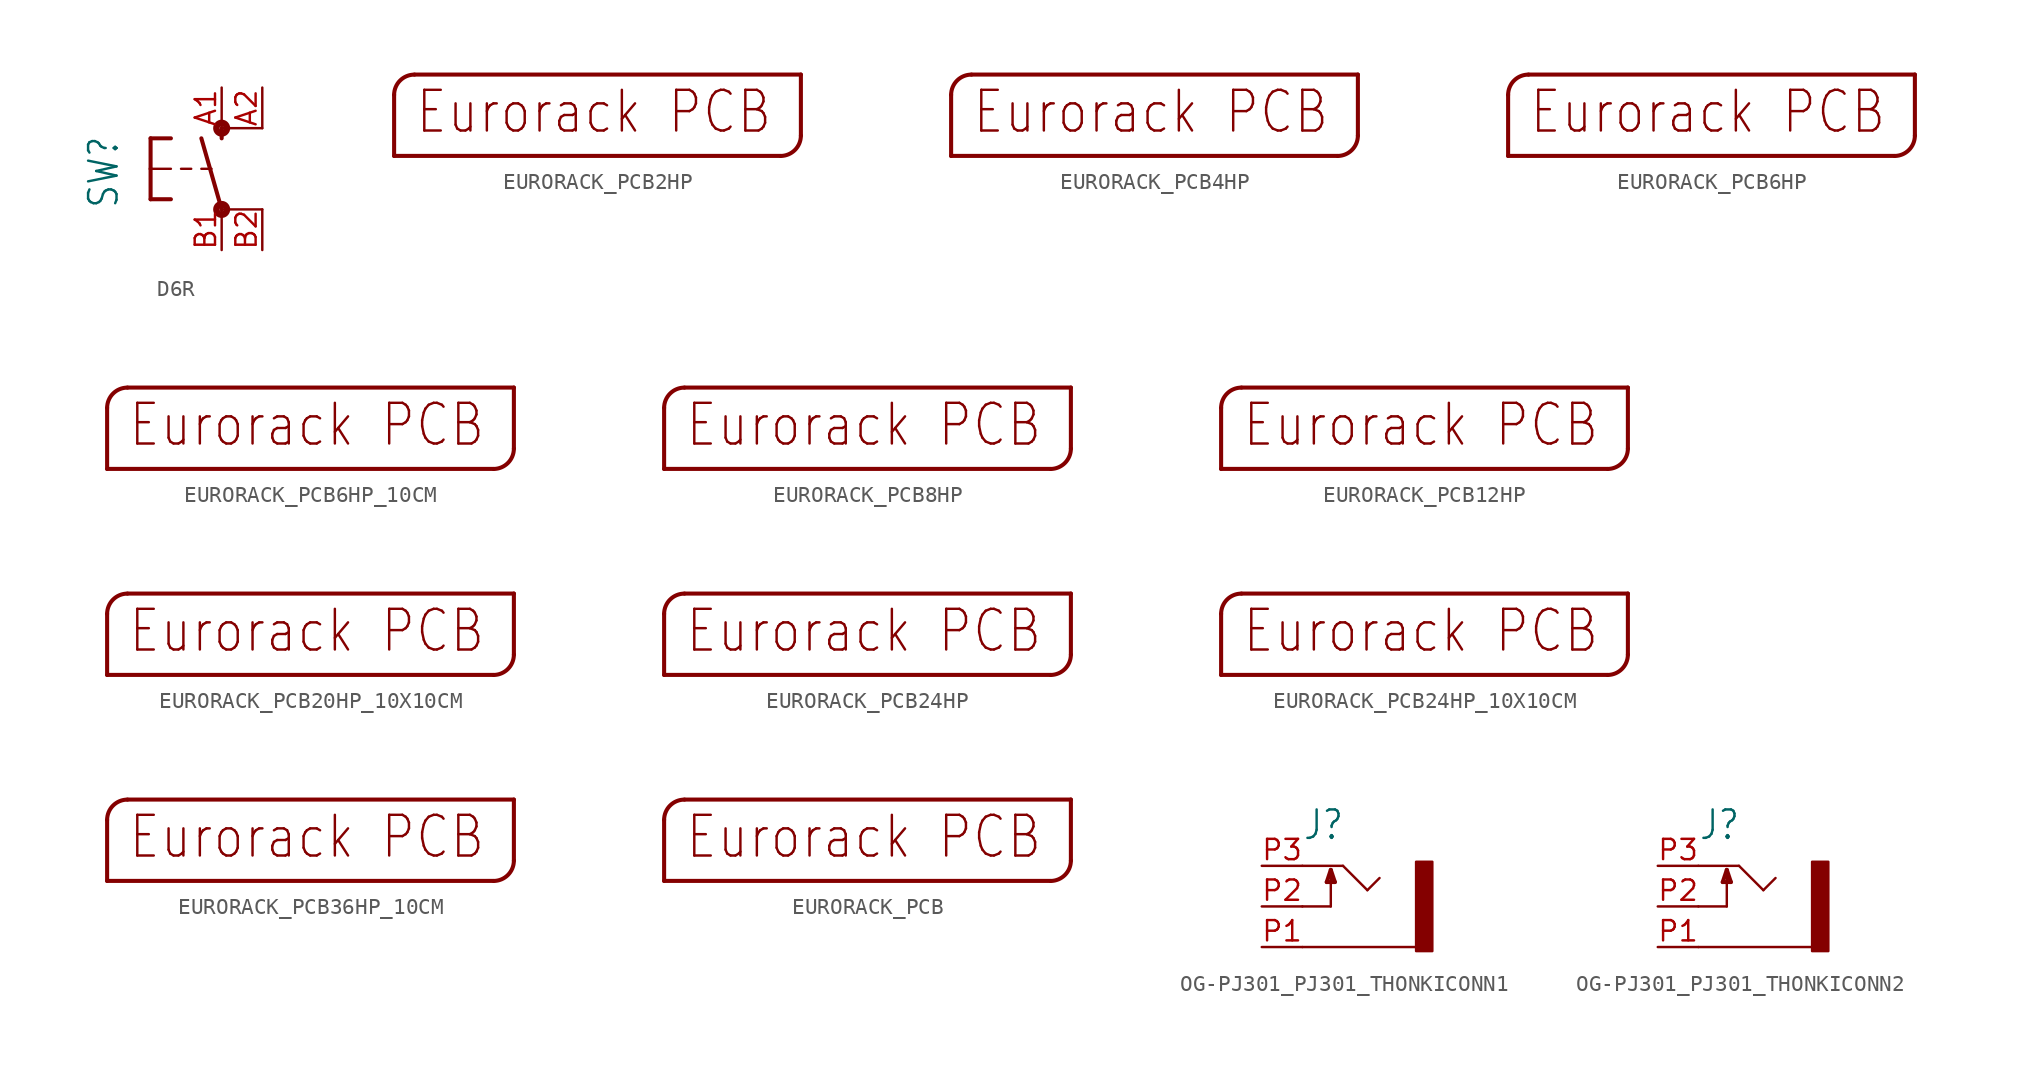
<source format=kicad_sym>
(kicad_symbol_lib
  (version 20231120)
  (generator "kicad_symbol_editor")
  (generator_version "8.0")
  (symbol "D6R"
    (property "Reference" "SW"
      (at -6.35 -2.54 90)
      (effects (font (size 1.778 1.511)) (justify left bottom)))
    (property "Value" ""
      (at -3.81 3.175 90)
      (effects (font (size 1.778 1.511)) (justify left bottom)))
    (property "ki_locked" ""
      (at 0 0 0)
      (effects (font (size 1.27 1.27))))
    (symbol "D6R_1_0"
      (circle (center 0 -2.54) (radius 0.127) (stroke (width 0.406) (type solid)) (fill (type none)))
      (polyline (pts (xy -4.445 -1.905) (xy -3.175 -1.905)) (stroke (width 0.254) (type solid)) (fill (type none)))
      (polyline (pts (xy -4.445 0) (xy -4.445 -1.905)) (stroke (width 0.254) (type solid)) (fill (type none)))
      (polyline (pts (xy -4.445 0) (xy -3.175 0)) (stroke (width 0.152) (type solid)) (fill (type none)))
      (polyline (pts (xy -4.445 1.905) (xy -4.445 0)) (stroke (width 0.254) (type solid)) (fill (type none)))
      (polyline (pts (xy -4.445 1.905) (xy -3.175 1.905)) (stroke (width 0.254) (type solid)) (fill (type none)))
      (polyline (pts (xy -2.54 0) (xy -1.905 0)) (stroke (width 0.152) (type solid)) (fill (type none)))
      (polyline (pts (xy -1.27 0) (xy -0.635 0)) (stroke (width 0.152) (type solid)) (fill (type none)))
      (polyline (pts (xy 0 -2.54) (xy -1.27 1.905)) (stroke (width 0.254) (type solid)) (fill (type none)))
      (polyline (pts (xy 0 1.905) (xy 0 2.54)) (stroke (width 0.254) (type solid)) (fill (type none)))
      (polyline (pts (xy 2.54 -2.54) (xy 0 -2.54)) (stroke (width 0.152) (type solid)) (fill (type none)))
      (polyline (pts (xy 2.54 2.54) (xy 0 2.54)) (stroke (width 0.152) (type solid)) (fill (type none)))
      (circle (center 0 2.54) (radius 0.127) (stroke (width 0.406) (type solid)) (fill (type none)))
      (pin passive line (at 0 5.08 270) (length 2.54) (name "S" (effects (font (size 0 0)))) (number "A1" (effects (font (size 1.27 1.27)))))
      (pin passive line (at 2.54 5.08 270) (length 2.54) (name "S1" (effects (font (size 0 0)))) (number "A2" (effects (font (size 1.27 1.27)))))
      (pin passive line (at 0 -5.08 90) (length 2.54) (name "P" (effects (font (size 0 0)))) (number "B1" (effects (font (size 1.27 1.27)))))
      (pin passive line (at 2.54 -5.08 90) (length 2.54) (name "P1" (effects (font (size 0 0)))) (number "B2" (effects (font (size 1.27 1.27)))))))
  (symbol "EURORACK_PCB2HP"
    (property "Reference" "PCB"
      (at 0 0 0)
      (effects (font (size 1.27 1.27)) (hide yes)))
    (property "ki_locked" ""
      (at 0 0 0)
      (effects (font (size 1.27 1.27))))
    (symbol "EURORACK_PCB2HP_1_0"
      (polyline (pts (xy -1.27 -1.27) (xy 22.86 -1.27)) (stroke (width 0.254) (type solid)) (fill (type none)))
      (polyline (pts (xy -1.27 2.54) (xy -1.27 -1.27)) (stroke (width 0.254) (type solid)) (fill (type none)))
      (polyline (pts (xy 24.13 0) (xy 24.13 3.81)) (stroke (width 0.254) (type solid)) (fill (type none)))
      (polyline (pts (xy 24.13 3.81) (xy 0 3.81)) (stroke (width 0.254) (type solid)) (fill (type none)))
      (arc (start 0 3.81) (mid -0.898 3.438) (end -1.27 2.54) (stroke (width 0.254) (type solid)) (fill (type none)))
      (arc (start 22.86 -1.27) (mid 23.758 -0.898) (end 24.13 0) (stroke (width 0.254) (type solid)) (fill (type none)))
      (text "Eurorack PCB" (at 0 0 0) (effects (font (size 2.54 2.159)) (justify left bottom)))))
  (symbol "EURORACK_PCB4HP"
    (property "Reference" "PCB"
      (at 0 0 0)
      (effects (font (size 1.27 1.27)) (hide yes)))
    (property "ki_locked" ""
      (at 0 0 0)
      (effects (font (size 1.27 1.27))))
    (symbol "EURORACK_PCB4HP_1_0"
      (polyline (pts (xy -1.27 -1.27) (xy 22.86 -1.27)) (stroke (width 0.254) (type solid)) (fill (type none)))
      (polyline (pts (xy -1.27 2.54) (xy -1.27 -1.27)) (stroke (width 0.254) (type solid)) (fill (type none)))
      (polyline (pts (xy 24.13 0) (xy 24.13 3.81)) (stroke (width 0.254) (type solid)) (fill (type none)))
      (polyline (pts (xy 24.13 3.81) (xy 0 3.81)) (stroke (width 0.254) (type solid)) (fill (type none)))
      (arc (start 0 3.81) (mid -0.898 3.438) (end -1.27 2.54) (stroke (width 0.254) (type solid)) (fill (type none)))
      (arc (start 22.86 -1.27) (mid 23.758 -0.898) (end 24.13 0) (stroke (width 0.254) (type solid)) (fill (type none)))
      (text "Eurorack PCB" (at 0 0 0) (effects (font (size 2.54 2.159)) (justify left bottom)))))
  (symbol "EURORACK_PCB6HP"
    (property "Reference" "PCB"
      (at 0 0 0)
      (effects (font (size 1.27 1.27)) (hide yes)))
    (property "ki_locked" ""
      (at 0 0 0)
      (effects (font (size 1.27 1.27))))
    (symbol "EURORACK_PCB6HP_1_0"
      (polyline (pts (xy -1.27 -1.27) (xy 22.86 -1.27)) (stroke (width 0.254) (type solid)) (fill (type none)))
      (polyline (pts (xy -1.27 2.54) (xy -1.27 -1.27)) (stroke (width 0.254) (type solid)) (fill (type none)))
      (polyline (pts (xy 24.13 0) (xy 24.13 3.81)) (stroke (width 0.254) (type solid)) (fill (type none)))
      (polyline (pts (xy 24.13 3.81) (xy 0 3.81)) (stroke (width 0.254) (type solid)) (fill (type none)))
      (arc (start 0 3.81) (mid -0.898 3.438) (end -1.27 2.54) (stroke (width 0.254) (type solid)) (fill (type none)))
      (arc (start 22.86 -1.27) (mid 23.758 -0.898) (end 24.13 0) (stroke (width 0.254) (type solid)) (fill (type none)))
      (text "Eurorack PCB" (at 0 0 0) (effects (font (size 2.54 2.159)) (justify left bottom)))))
  (symbol "EURORACK_PCB6HP_10CM"
    (property "Reference" "PCB"
      (at 0 0 0)
      (effects (font (size 1.27 1.27)) (hide yes)))
    (property "ki_locked" ""
      (at 0 0 0)
      (effects (font (size 1.27 1.27))))
    (symbol "EURORACK_PCB6HP_10CM_1_0"
      (polyline (pts (xy -1.27 -1.27) (xy 22.86 -1.27)) (stroke (width 0.254) (type solid)) (fill (type none)))
      (polyline (pts (xy -1.27 2.54) (xy -1.27 -1.27)) (stroke (width 0.254) (type solid)) (fill (type none)))
      (polyline (pts (xy 24.13 0) (xy 24.13 3.81)) (stroke (width 0.254) (type solid)) (fill (type none)))
      (polyline (pts (xy 24.13 3.81) (xy 0 3.81)) (stroke (width 0.254) (type solid)) (fill (type none)))
      (arc (start 0 3.81) (mid -0.898 3.438) (end -1.27 2.54) (stroke (width 0.254) (type solid)) (fill (type none)))
      (arc (start 22.86 -1.27) (mid 23.758 -0.898) (end 24.13 0) (stroke (width 0.254) (type solid)) (fill (type none)))
      (text "Eurorack PCB" (at 0 0 0) (effects (font (size 2.54 2.159)) (justify left bottom)))))
  (symbol "EURORACK_PCB8HP"
    (property "Reference" "PCB"
      (at 0 0 0)
      (effects (font (size 1.27 1.27)) (hide yes)))
    (property "ki_locked" ""
      (at 0 0 0)
      (effects (font (size 1.27 1.27))))
    (symbol "EURORACK_PCB8HP_1_0"
      (polyline (pts (xy -1.27 -1.27) (xy 22.86 -1.27)) (stroke (width 0.254) (type solid)) (fill (type none)))
      (polyline (pts (xy -1.27 2.54) (xy -1.27 -1.27)) (stroke (width 0.254) (type solid)) (fill (type none)))
      (polyline (pts (xy 24.13 0) (xy 24.13 3.81)) (stroke (width 0.254) (type solid)) (fill (type none)))
      (polyline (pts (xy 24.13 3.81) (xy 0 3.81)) (stroke (width 0.254) (type solid)) (fill (type none)))
      (arc (start 0 3.81) (mid -0.898 3.438) (end -1.27 2.54) (stroke (width 0.254) (type solid)) (fill (type none)))
      (arc (start 22.86 -1.27) (mid 23.758 -0.898) (end 24.13 0) (stroke (width 0.254) (type solid)) (fill (type none)))
      (text "Eurorack PCB" (at 0 0 0) (effects (font (size 2.54 2.159)) (justify left bottom)))))
  (symbol "EURORACK_PCB12HP"
    (property "Reference" "PCB"
      (at 0 0 0)
      (effects (font (size 1.27 1.27)) (hide yes)))
    (property "ki_locked" ""
      (at 0 0 0)
      (effects (font (size 1.27 1.27))))
    (symbol "EURORACK_PCB12HP_1_0"
      (polyline (pts (xy -1.27 -1.27) (xy 22.86 -1.27)) (stroke (width 0.254) (type solid)) (fill (type none)))
      (polyline (pts (xy -1.27 2.54) (xy -1.27 -1.27)) (stroke (width 0.254) (type solid)) (fill (type none)))
      (polyline (pts (xy 24.13 0) (xy 24.13 3.81)) (stroke (width 0.254) (type solid)) (fill (type none)))
      (polyline (pts (xy 24.13 3.81) (xy 0 3.81)) (stroke (width 0.254) (type solid)) (fill (type none)))
      (arc (start 0 3.81) (mid -0.898 3.438) (end -1.27 2.54) (stroke (width 0.254) (type solid)) (fill (type none)))
      (arc (start 22.86 -1.27) (mid 23.758 -0.898) (end 24.13 0) (stroke (width 0.254) (type solid)) (fill (type none)))
      (text "Eurorack PCB" (at 0 0 0) (effects (font (size 2.54 2.159)) (justify left bottom)))))
  (symbol "EURORACK_PCB20HP_10X10CM"
    (property "Reference" "PCB"
      (at 0 0 0)
      (effects (font (size 1.27 1.27)) (hide yes)))
    (property "ki_locked" ""
      (at 0 0 0)
      (effects (font (size 1.27 1.27))))
    (symbol "EURORACK_PCB20HP_10X10CM_1_0"
      (polyline (pts (xy -1.27 -1.27) (xy 22.86 -1.27)) (stroke (width 0.254) (type solid)) (fill (type none)))
      (polyline (pts (xy -1.27 2.54) (xy -1.27 -1.27)) (stroke (width 0.254) (type solid)) (fill (type none)))
      (polyline (pts (xy 24.13 0) (xy 24.13 3.81)) (stroke (width 0.254) (type solid)) (fill (type none)))
      (polyline (pts (xy 24.13 3.81) (xy 0 3.81)) (stroke (width 0.254) (type solid)) (fill (type none)))
      (arc (start 0 3.81) (mid -0.898 3.438) (end -1.27 2.54) (stroke (width 0.254) (type solid)) (fill (type none)))
      (arc (start 22.86 -1.27) (mid 23.758 -0.898) (end 24.13 0) (stroke (width 0.254) (type solid)) (fill (type none)))
      (text "Eurorack PCB" (at 0 0 0) (effects (font (size 2.54 2.159)) (justify left bottom)))))
  (symbol "EURORACK_PCB24HP"
    (property "Reference" "PCB"
      (at 0 0 0)
      (effects (font (size 1.27 1.27)) (hide yes)))
    (property "ki_locked" ""
      (at 0 0 0)
      (effects (font (size 1.27 1.27))))
    (symbol "EURORACK_PCB24HP_1_0"
      (polyline (pts (xy -1.27 -1.27) (xy 22.86 -1.27)) (stroke (width 0.254) (type solid)) (fill (type none)))
      (polyline (pts (xy -1.27 2.54) (xy -1.27 -1.27)) (stroke (width 0.254) (type solid)) (fill (type none)))
      (polyline (pts (xy 24.13 0) (xy 24.13 3.81)) (stroke (width 0.254) (type solid)) (fill (type none)))
      (polyline (pts (xy 24.13 3.81) (xy 0 3.81)) (stroke (width 0.254) (type solid)) (fill (type none)))
      (arc (start 0 3.81) (mid -0.898 3.438) (end -1.27 2.54) (stroke (width 0.254) (type solid)) (fill (type none)))
      (arc (start 22.86 -1.27) (mid 23.758 -0.898) (end 24.13 0) (stroke (width 0.254) (type solid)) (fill (type none)))
      (text "Eurorack PCB" (at 0 0 0) (effects (font (size 2.54 2.159)) (justify left bottom)))))
  (symbol "EURORACK_PCB24HP_10X10CM"
    (property "Reference" "PCB"
      (at 0 0 0)
      (effects (font (size 1.27 1.27)) (hide yes)))
    (property "ki_locked" ""
      (at 0 0 0)
      (effects (font (size 1.27 1.27))))
    (symbol "EURORACK_PCB24HP_10X10CM_1_0"
      (polyline (pts (xy -1.27 -1.27) (xy 22.86 -1.27)) (stroke (width 0.254) (type solid)) (fill (type none)))
      (polyline (pts (xy -1.27 2.54) (xy -1.27 -1.27)) (stroke (width 0.254) (type solid)) (fill (type none)))
      (polyline (pts (xy 24.13 0) (xy 24.13 3.81)) (stroke (width 0.254) (type solid)) (fill (type none)))
      (polyline (pts (xy 24.13 3.81) (xy 0 3.81)) (stroke (width 0.254) (type solid)) (fill (type none)))
      (arc (start 0 3.81) (mid -0.898 3.438) (end -1.27 2.54) (stroke (width 0.254) (type solid)) (fill (type none)))
      (arc (start 22.86 -1.27) (mid 23.758 -0.898) (end 24.13 0) (stroke (width 0.254) (type solid)) (fill (type none)))
      (text "Eurorack PCB" (at 0 0 0) (effects (font (size 2.54 2.159)) (justify left bottom)))))
  (symbol "EURORACK_PCB36HP_10CM"
    (property "Reference" "PCB"
      (at 0 0 0)
      (effects (font (size 1.27 1.27)) (hide yes)))
    (property "ki_locked" ""
      (at 0 0 0)
      (effects (font (size 1.27 1.27))))
    (symbol "EURORACK_PCB36HP_10CM_1_0"
      (polyline (pts (xy -1.27 -1.27) (xy 22.86 -1.27)) (stroke (width 0.254) (type solid)) (fill (type none)))
      (polyline (pts (xy -1.27 2.54) (xy -1.27 -1.27)) (stroke (width 0.254) (type solid)) (fill (type none)))
      (polyline (pts (xy 24.13 0) (xy 24.13 3.81)) (stroke (width 0.254) (type solid)) (fill (type none)))
      (polyline (pts (xy 24.13 3.81) (xy 0 3.81)) (stroke (width 0.254) (type solid)) (fill (type none)))
      (arc (start 0 3.81) (mid -0.898 3.438) (end -1.27 2.54) (stroke (width 0.254) (type solid)) (fill (type none)))
      (arc (start 22.86 -1.27) (mid 23.758 -0.898) (end 24.13 0) (stroke (width 0.254) (type solid)) (fill (type none)))
      (text "Eurorack PCB" (at 0 0 0) (effects (font (size 2.54 2.159)) (justify left bottom)))))
  (symbol "EURORACK_PCB"
    (property "Reference" "PCB"
      (at 0 0 0)
      (effects (font (size 1.27 1.27)) (hide yes)))
    (property "ki_locked" ""
      (at 0 0 0)
      (effects (font (size 1.27 1.27))))
    (symbol "EURORACK_PCB_1_0"
      (polyline (pts (xy -1.27 -1.27) (xy 22.86 -1.27)) (stroke (width 0.254) (type solid)) (fill (type none)))
      (polyline (pts (xy -1.27 2.54) (xy -1.27 -1.27)) (stroke (width 0.254) (type solid)) (fill (type none)))
      (polyline (pts (xy 24.13 0) (xy 24.13 3.81)) (stroke (width 0.254) (type solid)) (fill (type none)))
      (polyline (pts (xy 24.13 3.81) (xy 0 3.81)) (stroke (width 0.254) (type solid)) (fill (type none)))
      (arc (start 0 3.81) (mid -0.898 3.438) (end -1.27 2.54) (stroke (width 0.254) (type solid)) (fill (type none)))
      (arc (start 22.86 -1.27) (mid 23.758 -0.898) (end 24.13 0) (stroke (width 0.254) (type solid)) (fill (type none)))
      (text "Eurorack PCB" (at 0 0 0) (effects (font (size 2.54 2.159)) (justify left bottom)))))
  (symbol "OG-PJ301_PJ301_THONKICONN1"
    (property "Reference" "J"
      (at -2.54 4.064 0)
      (effects (font (size 1.778 1.511)) (justify left bottom)))
    (property "ki_locked" ""
      (at 0 0 0)
      (effects (font (size 1.27 1.27))))
    (symbol "OG-PJ301_PJ301_THONKICONN1_1_0"
      (polyline (pts (xy -2.54 -2.54) (xy 4.572 -2.54)) (stroke (width 0.152) (type solid)) (fill (type none)))
      (polyline (pts (xy -2.54 0) (xy -0.762 0)) (stroke (width 0.152) (type solid)) (fill (type none)))
      (polyline (pts (xy -2.54 2.54) (xy 0 2.54)) (stroke (width 0.152) (type solid)) (fill (type none)))
      (polyline (pts (xy -1.016 1.524) (xy -0.508 1.524)) (stroke (width 0.254) (type solid)) (fill (type none)))
      (polyline (pts (xy -0.762 0) (xy -0.762 2.286)) (stroke (width 0.152) (type solid)) (fill (type none)))
      (polyline (pts (xy -0.762 2.286) (xy -1.016 1.524)) (stroke (width 0.254) (type solid)) (fill (type none)))
      (polyline (pts (xy -0.508 1.524) (xy -0.762 2.286)) (stroke (width 0.254) (type solid)) (fill (type none)))
      (polyline (pts (xy 0 2.54) (xy 1.524 1.016)) (stroke (width 0.152) (type solid)) (fill (type none)))
      (polyline (pts (xy 1.524 1.016) (xy 2.286 1.778)) (stroke (width 0.152) (type solid)) (fill (type none)))
      (rectangle (start 4.572 2.794) (end 5.588 -2.794) (stroke (width 0) (type default)) (fill (type outline)))
      (pin passive line (at -5.08 -2.54 0) (length 2.54) (name "1" (effects (font (size 0 0)))) (number "P1" (effects (font (size 1.27 1.27)))))
      (pin passive line (at -5.08 0 0) (length 2.54) (name "2" (effects (font (size 0 0)))) (number "P2" (effects (font (size 1.27 1.27)))))
      (pin passive line (at -5.08 2.54 0) (length 2.54) (name "3" (effects (font (size 0 0)))) (number "P3" (effects (font (size 1.27 1.27)))))))
  (symbol "OG-PJ301_PJ301_THONKICONN2"
    (property "Reference" "J"
      (at -2.54 4.064 0)
      (effects (font (size 1.778 1.511)) (justify left bottom)))
    (property "ki_locked" ""
      (at 0 0 0)
      (effects (font (size 1.27 1.27))))
    (symbol "OG-PJ301_PJ301_THONKICONN2_1_0"
      (polyline (pts (xy -2.54 -2.54) (xy 4.572 -2.54)) (stroke (width 0.152) (type solid)) (fill (type none)))
      (polyline (pts (xy -2.54 0) (xy -0.762 0)) (stroke (width 0.152) (type solid)) (fill (type none)))
      (polyline (pts (xy -2.54 2.54) (xy 0 2.54)) (stroke (width 0.152) (type solid)) (fill (type none)))
      (polyline (pts (xy -1.016 1.524) (xy -0.508 1.524)) (stroke (width 0.254) (type solid)) (fill (type none)))
      (polyline (pts (xy -0.762 0) (xy -0.762 2.286)) (stroke (width 0.152) (type solid)) (fill (type none)))
      (polyline (pts (xy -0.762 2.286) (xy -1.016 1.524)) (stroke (width 0.254) (type solid)) (fill (type none)))
      (polyline (pts (xy -0.508 1.524) (xy -0.762 2.286)) (stroke (width 0.254) (type solid)) (fill (type none)))
      (polyline (pts (xy 0 2.54) (xy 1.524 1.016)) (stroke (width 0.152) (type solid)) (fill (type none)))
      (polyline (pts (xy 1.524 1.016) (xy 2.286 1.778)) (stroke (width 0.152) (type solid)) (fill (type none)))
      (rectangle (start 4.572 2.794) (end 5.588 -2.794) (stroke (width 0) (type default)) (fill (type outline)))
      (pin passive line (at -5.08 -2.54 0) (length 2.54) (name "1" (effects (font (size 0 0)))) (number "P1" (effects (font (size 1.27 1.27)))))
      (pin passive line (at -5.08 0 0) (length 2.54) (name "2" (effects (font (size 0 0)))) (number "P2" (effects (font (size 1.27 1.27)))))
      (pin passive line (at -5.08 2.54 0) (length 2.54) (name "3" (effects (font (size 0 0)))) (number "P3" (effects (font (size 1.27 1.27))))))))
</source>
